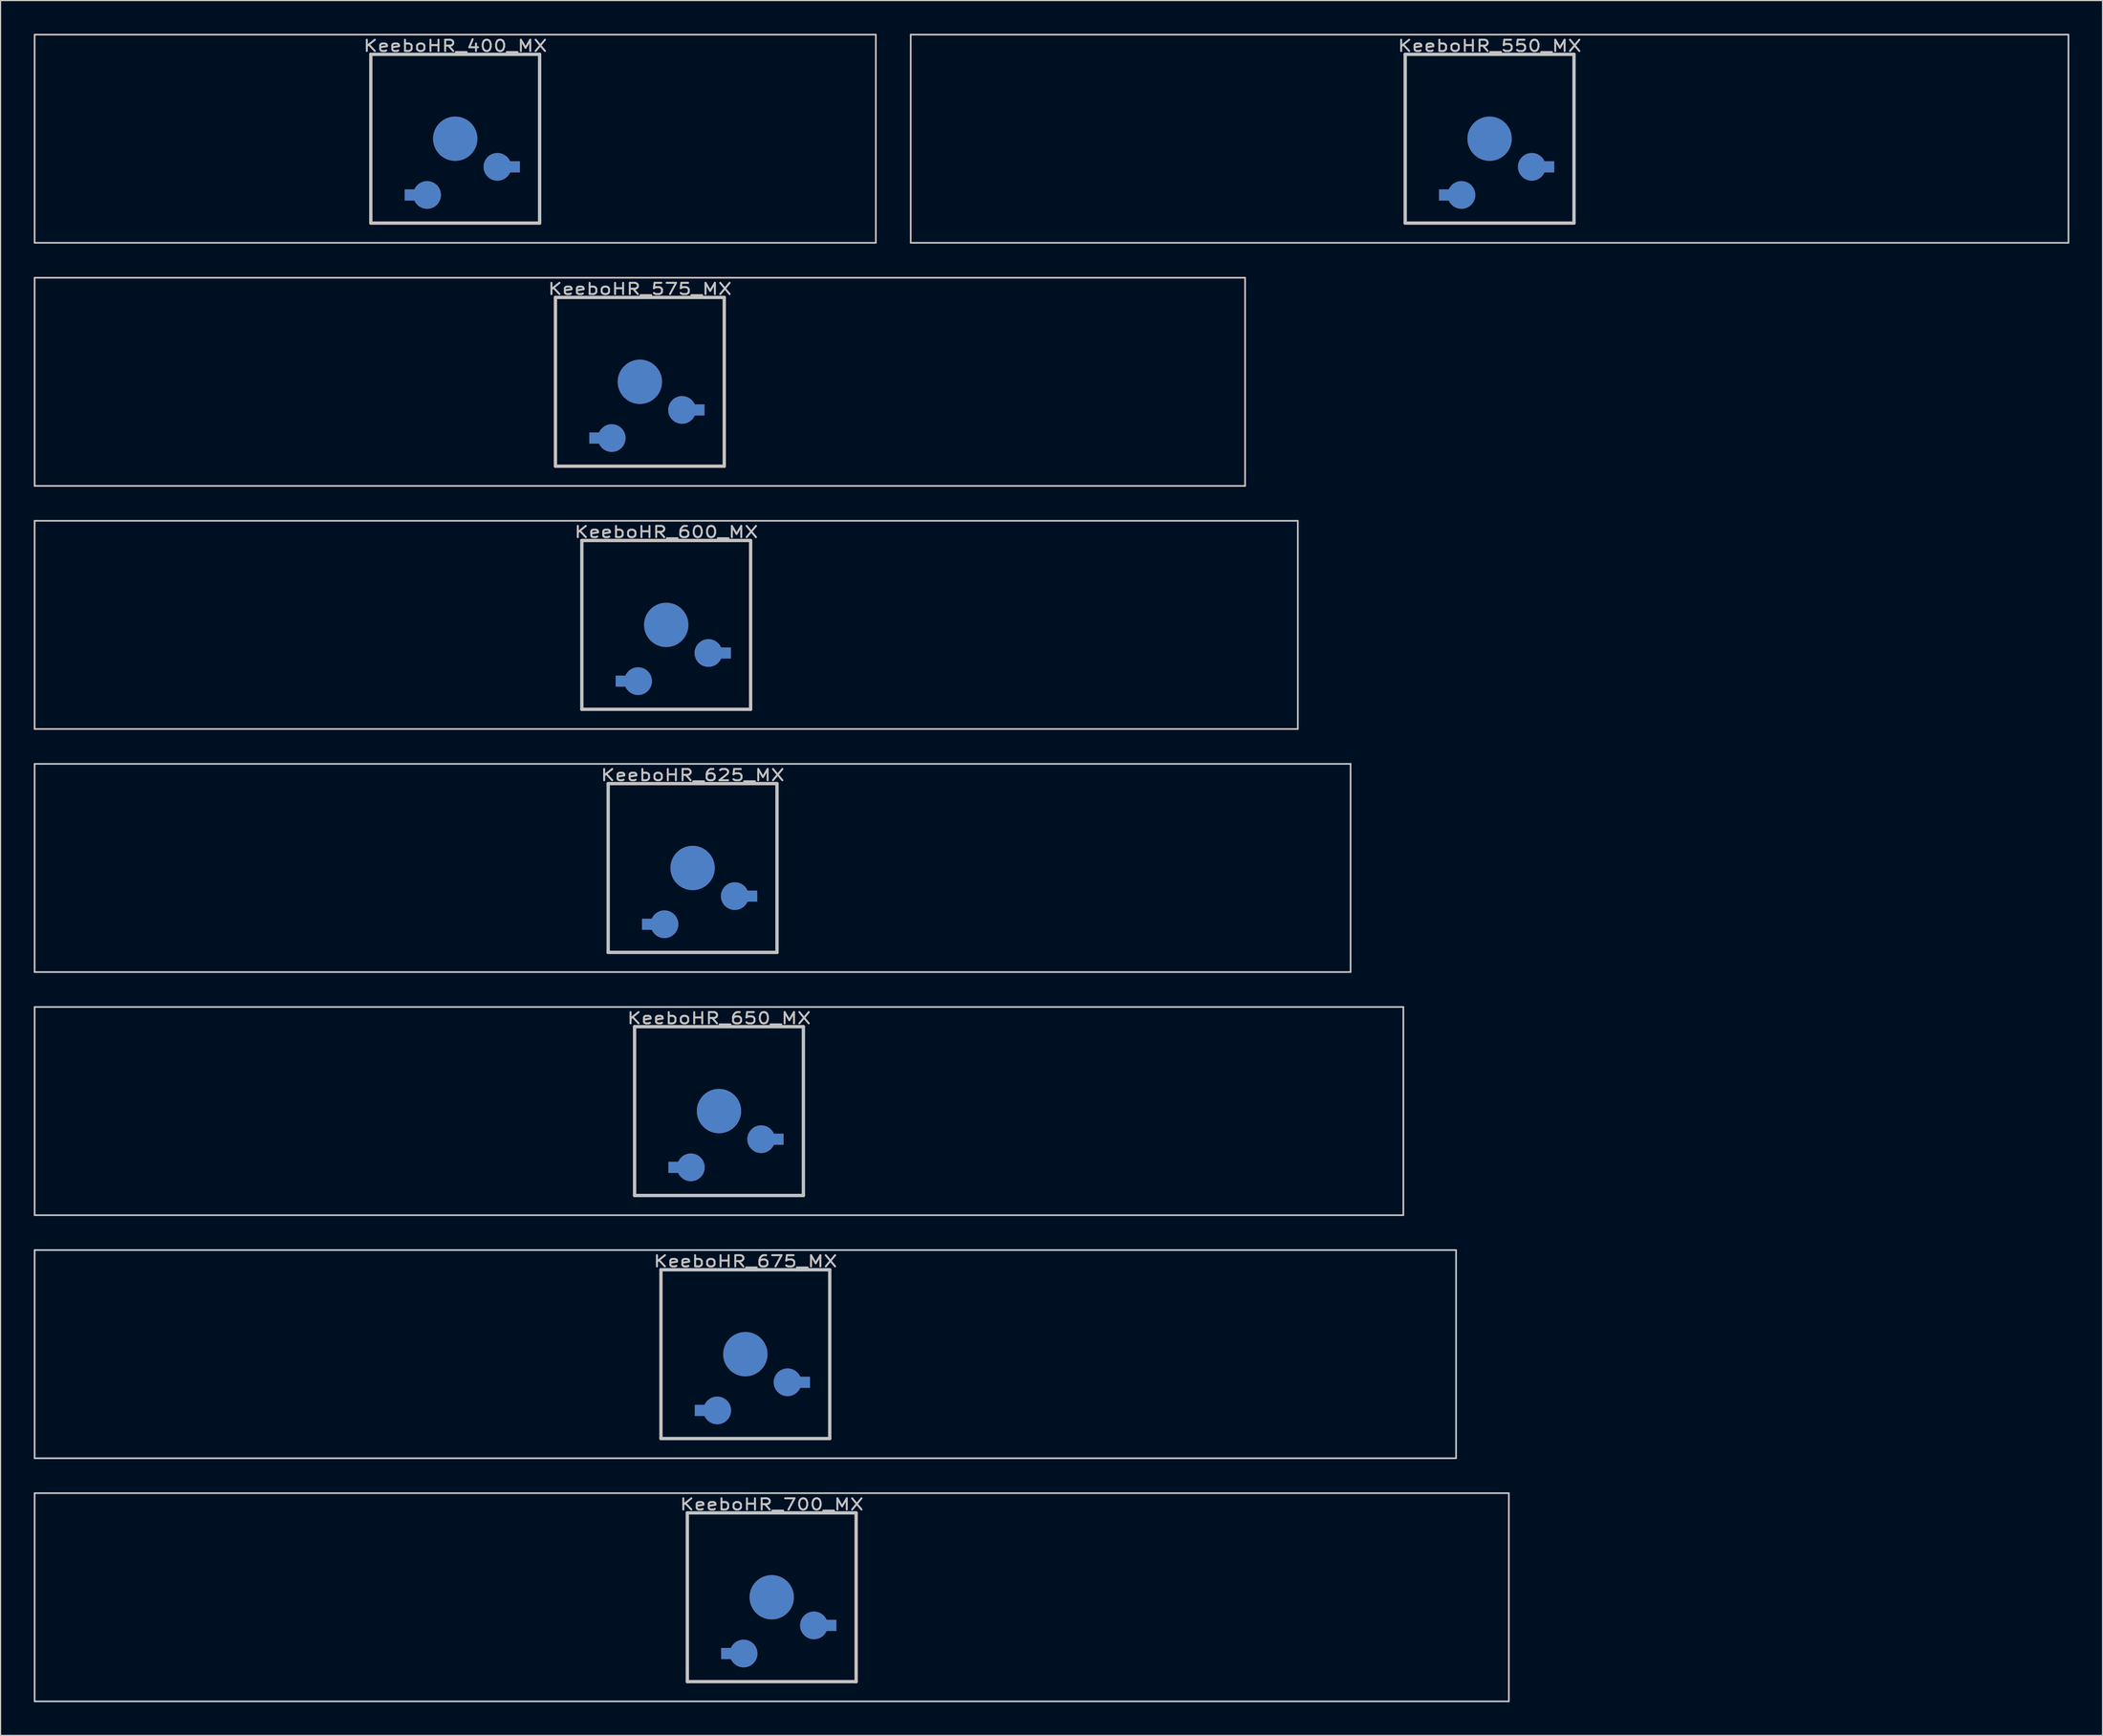
<source format=kicad_pcb>
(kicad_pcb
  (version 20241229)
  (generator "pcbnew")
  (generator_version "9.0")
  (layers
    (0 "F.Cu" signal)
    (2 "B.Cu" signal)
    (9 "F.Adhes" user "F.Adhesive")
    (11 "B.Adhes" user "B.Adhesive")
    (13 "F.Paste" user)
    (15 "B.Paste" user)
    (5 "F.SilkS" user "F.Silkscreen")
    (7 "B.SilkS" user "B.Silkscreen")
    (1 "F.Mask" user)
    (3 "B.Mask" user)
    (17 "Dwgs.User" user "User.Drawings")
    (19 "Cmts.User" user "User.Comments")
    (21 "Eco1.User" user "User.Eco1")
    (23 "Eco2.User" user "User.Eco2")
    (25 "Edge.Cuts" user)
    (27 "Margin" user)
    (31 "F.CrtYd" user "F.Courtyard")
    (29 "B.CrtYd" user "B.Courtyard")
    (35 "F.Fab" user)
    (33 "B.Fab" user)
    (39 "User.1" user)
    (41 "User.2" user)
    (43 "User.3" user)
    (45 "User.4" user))
  (footprint "KeeboHR_600_MX"
    (layer "F.Cu")
    (at 57.099 53.371)
    (property "Reference" "KeeboHR_600_MX" (at 0 -8.382 0) (layer "Dwgs.User") (effects (font (size 1.016 1.27) (thickness 0.178))))
    (attr through_hole)
    (fp_line (start -57.023 -9.398) (end 57.023 -9.398) (stroke (width 0.152) (type solid)) (layer "Dwgs.User"))
    (fp_line (start -57.023 9.398) (end -57.023 -9.398) (stroke (width 0.152) (type solid)) (layer "Dwgs.User"))
    (fp_line (start -7.62 -7.62) (end 7.62 -7.62) (stroke (width 0.3) (type solid)) (layer "Dwgs.User"))
    (fp_line (start -7.62 7.62) (end -7.62 -7.62) (stroke (width 0.3) (type solid)) (layer "Dwgs.User"))
    (fp_line (start 7.62 -7.62) (end 7.62 7.62) (stroke (width 0.3) (type solid)) (layer "Dwgs.User"))
    (fp_line (start 7.62 7.62) (end -7.62 7.62) (stroke (width 0.3) (type solid)) (layer "Dwgs.User"))
    (fp_line (start 57.023 -9.398) (end 57.023 9.398) (stroke (width 0.152) (type solid)) (layer "Dwgs.User"))
    (fp_line (start 57.023 9.398) (end -57.023 9.398) (stroke (width 0.152) (type solid)) (layer "Dwgs.User"))
    (pad "" smd circle (at 0 0) (size 4 4) (layers "*.Cu" "*.Mask"))
    (pad "1" smd circle (at 3.81 2.54) (size 2.5 2.5) (layers "*.Cu" "*.Mask"))
    (pad "1" smd rect (at 5.334 2.54) (size 1 1) (layers "*.Cu" "*.Mask"))
    (pad "2" smd rect (at -4.064 5.08) (size 1 1) (layers "*.Cu" "*.Mask"))
    (pad "2" smd circle (at -2.54 5.08) (size 2.5 2.5) (layers "*.Cu" "*.Mask")))
  (footprint "KeeboHR_675_MX"
    (layer "F.Cu")
    (at 64.243 119.216)
    (property "Reference" "KeeboHR_675_MX" (at 0 -8.382 0) (layer "Dwgs.User") (effects (font (size 1.016 1.27) (thickness 0.178))))
    (attr through_hole)
    (fp_line (start -64.167 -9.398) (end 64.167 -9.398) (stroke (width 0.152) (type solid)) (layer "Dwgs.User"))
    (fp_line (start -64.167 9.398) (end -64.167 -9.398) (stroke (width 0.152) (type solid)) (layer "Dwgs.User"))
    (fp_line (start -7.62 -7.62) (end 7.62 -7.62) (stroke (width 0.3) (type solid)) (layer "Dwgs.User"))
    (fp_line (start -7.62 7.62) (end -7.62 -7.62) (stroke (width 0.3) (type solid)) (layer "Dwgs.User"))
    (fp_line (start 7.62 -7.62) (end 7.62 7.62) (stroke (width 0.3) (type solid)) (layer "Dwgs.User"))
    (fp_line (start 7.62 7.62) (end -7.62 7.62) (stroke (width 0.3) (type solid)) (layer "Dwgs.User"))
    (fp_line (start 64.167 -9.398) (end 64.167 9.398) (stroke (width 0.152) (type solid)) (layer "Dwgs.User"))
    (fp_line (start 64.167 9.398) (end -64.167 9.398) (stroke (width 0.152) (type solid)) (layer "Dwgs.User"))
    (pad "" smd circle (at 0 0) (size 4 4) (layers "*.Cu" "*.Mask"))
    (pad "1" smd circle (at 3.81 2.54) (size 2.5 2.5) (layers "*.Cu" "*.Mask"))
    (pad "1" smd rect (at 5.334 2.54) (size 1 1) (layers "*.Cu" "*.Mask"))
    (pad "2" smd rect (at -4.064 5.08) (size 1 1) (layers "*.Cu" "*.Mask"))
    (pad "2" smd circle (at -2.54 5.08) (size 2.5 2.5) (layers "*.Cu" "*.Mask")))
  (footprint "KeeboHR_650_MX"
    (layer "F.Cu")
    (at 61.862 97.268)
    (property "Reference" "KeeboHR_650_MX" (at 0 -8.382 0) (layer "Dwgs.User") (effects (font (size 1.016 1.27) (thickness 0.178))))
    (attr through_hole)
    (fp_line (start -61.785 -9.398) (end 61.785 -9.398) (stroke (width 0.152) (type solid)) (layer "Dwgs.User"))
    (fp_line (start -61.785 9.398) (end -61.785 -9.398) (stroke (width 0.152) (type solid)) (layer "Dwgs.User"))
    (fp_line (start -7.62 -7.62) (end 7.62 -7.62) (stroke (width 0.3) (type solid)) (layer "Dwgs.User"))
    (fp_line (start -7.62 7.62) (end -7.62 -7.62) (stroke (width 0.3) (type solid)) (layer "Dwgs.User"))
    (fp_line (start 7.62 -7.62) (end 7.62 7.62) (stroke (width 0.3) (type solid)) (layer "Dwgs.User"))
    (fp_line (start 7.62 7.62) (end -7.62 7.62) (stroke (width 0.3) (type solid)) (layer "Dwgs.User"))
    (fp_line (start 61.785 -9.398) (end 61.785 9.398) (stroke (width 0.152) (type solid)) (layer "Dwgs.User"))
    (fp_line (start 61.785 9.398) (end -61.785 9.398) (stroke (width 0.152) (type solid)) (layer "Dwgs.User"))
    (pad "" smd circle (at 0 0) (size 4 4) (layers "*.Cu" "*.Mask"))
    (pad "1" smd circle (at 3.81 2.54) (size 2.5 2.5) (layers "*.Cu" "*.Mask"))
    (pad "1" smd rect (at 5.334 2.54) (size 1 1) (layers "*.Cu" "*.Mask"))
    (pad "2" smd rect (at -4.064 5.08) (size 1 1) (layers "*.Cu" "*.Mask"))
    (pad "2" smd circle (at -2.54 5.08) (size 2.5 2.5) (layers "*.Cu" "*.Mask")))
  (footprint "KeeboHR_575_MX"
    (layer "F.Cu")
    (at 54.718 31.423)
    (property "Reference" "KeeboHR_575_MX" (at 0 -8.382 0) (layer "Dwgs.User") (effects (font (size 1.016 1.27) (thickness 0.178))))
    (attr through_hole)
    (fp_line (start -54.642 -9.398) (end 54.642 -9.398) (stroke (width 0.152) (type solid)) (layer "Dwgs.User"))
    (fp_line (start -54.642 9.398) (end -54.642 -9.398) (stroke (width 0.152) (type solid)) (layer "Dwgs.User"))
    (fp_line (start -7.62 -7.62) (end 7.62 -7.62) (stroke (width 0.3) (type solid)) (layer "Dwgs.User"))
    (fp_line (start -7.62 7.62) (end -7.62 -7.62) (stroke (width 0.3) (type solid)) (layer "Dwgs.User"))
    (fp_line (start 7.62 -7.62) (end 7.62 7.62) (stroke (width 0.3) (type solid)) (layer "Dwgs.User"))
    (fp_line (start 7.62 7.62) (end -7.62 7.62) (stroke (width 0.3) (type solid)) (layer "Dwgs.User"))
    (fp_line (start 54.642 -9.398) (end 54.642 9.398) (stroke (width 0.152) (type solid)) (layer "Dwgs.User"))
    (fp_line (start 54.642 9.398) (end -54.642 9.398) (stroke (width 0.152) (type solid)) (layer "Dwgs.User"))
    (pad "" smd circle (at 0 0) (size 4 4) (layers "*.Cu" "*.Mask"))
    (pad "1" smd circle (at 3.81 2.54) (size 2.5 2.5) (layers "*.Cu" "*.Mask"))
    (pad "1" smd rect (at 5.334 2.54) (size 1 1) (layers "*.Cu" "*.Mask"))
    (pad "2" smd rect (at -4.064 5.08) (size 1 1) (layers "*.Cu" "*.Mask"))
    (pad "2" smd circle (at -2.54 5.08) (size 2.5 2.5) (layers "*.Cu" "*.Mask")))
  (footprint "KeeboHR_625_MX"
    (layer "F.Cu")
    (at 59.48 75.319)
    (property "Reference" "KeeboHR_625_MX" (at 0 -8.382 0) (layer "Dwgs.User") (effects (font (size 1.016 1.27) (thickness 0.178))))
    (attr through_hole)
    (fp_line (start -59.404 -9.398) (end 59.404 -9.398) (stroke (width 0.152) (type solid)) (layer "Dwgs.User"))
    (fp_line (start -59.404 9.398) (end -59.404 -9.398) (stroke (width 0.152) (type solid)) (layer "Dwgs.User"))
    (fp_line (start -7.62 -7.62) (end 7.62 -7.62) (stroke (width 0.3) (type solid)) (layer "Dwgs.User"))
    (fp_line (start -7.62 7.62) (end -7.62 -7.62) (stroke (width 0.3) (type solid)) (layer "Dwgs.User"))
    (fp_line (start 7.62 -7.62) (end 7.62 7.62) (stroke (width 0.3) (type solid)) (layer "Dwgs.User"))
    (fp_line (start 7.62 7.62) (end -7.62 7.62) (stroke (width 0.3) (type solid)) (layer "Dwgs.User"))
    (fp_line (start 59.404 -9.398) (end 59.404 9.398) (stroke (width 0.152) (type solid)) (layer "Dwgs.User"))
    (fp_line (start 59.404 9.398) (end -59.404 9.398) (stroke (width 0.152) (type solid)) (layer "Dwgs.User"))
    (pad "" smd circle (at 0 0) (size 4 4) (layers "*.Cu" "*.Mask"))
    (pad "1" smd circle (at 3.81 2.54) (size 2.5 2.5) (layers "*.Cu" "*.Mask"))
    (pad "1" smd rect (at 5.334 2.54) (size 1 1) (layers "*.Cu" "*.Mask"))
    (pad "2" smd rect (at -4.064 5.08) (size 1 1) (layers "*.Cu" "*.Mask"))
    (pad "2" smd circle (at -2.54 5.08) (size 2.5 2.5) (layers "*.Cu" "*.Mask")))
  (footprint "KeeboHR_700_MX"
    (layer "F.Cu")
    (at 66.624 141.165)
    (property "Reference" "KeeboHR_700_MX" (at 0 -8.382 0) (layer "Dwgs.User") (effects (font (size 1.016 1.27) (thickness 0.178))))
    (attr through_hole)
    (fp_line (start -66.548 -9.398) (end 66.548 -9.398) (stroke (width 0.152) (type solid)) (layer "Dwgs.User"))
    (fp_line (start -66.548 9.398) (end -66.548 -9.398) (stroke (width 0.152) (type solid)) (layer "Dwgs.User"))
    (fp_line (start -7.62 -7.62) (end 7.62 -7.62) (stroke (width 0.3) (type solid)) (layer "Dwgs.User"))
    (fp_line (start -7.62 7.62) (end -7.62 -7.62) (stroke (width 0.3) (type solid)) (layer "Dwgs.User"))
    (fp_line (start 7.62 -7.62) (end 7.62 7.62) (stroke (width 0.3) (type solid)) (layer "Dwgs.User"))
    (fp_line (start 7.62 7.62) (end -7.62 7.62) (stroke (width 0.3) (type solid)) (layer "Dwgs.User"))
    (fp_line (start 66.548 -9.398) (end 66.548 9.398) (stroke (width 0.152) (type solid)) (layer "Dwgs.User"))
    (fp_line (start 66.548 9.398) (end -66.548 9.398) (stroke (width 0.152) (type solid)) (layer "Dwgs.User"))
    (pad "" smd circle (at 0 0) (size 4 4) (layers "*.Cu" "*.Mask"))
    (pad "1" smd circle (at 3.81 2.54) (size 2.5 2.5) (layers "*.Cu" "*.Mask"))
    (pad "1" smd rect (at 5.334 2.54) (size 1 1) (layers "*.Cu" "*.Mask"))
    (pad "2" smd rect (at -4.064 5.08) (size 1 1) (layers "*.Cu" "*.Mask"))
    (pad "2" smd circle (at -2.54 5.08) (size 2.5 2.5) (layers "*.Cu" "*.Mask")))
  (footprint "KeeboHR_400_MX"
    (layer "F.Cu")
    (at 38.049 9.474)
    (property "Reference" "KeeboHR_400_MX" (at 0 -8.382 0) (layer "Dwgs.User") (effects (font (size 1.016 1.27) (thickness 0.178))))
    (attr through_hole)
    (fp_line (start -37.973 -9.398) (end 37.973 -9.398) (stroke (width 0.152) (type solid)) (layer "Dwgs.User"))
    (fp_line (start -37.973 9.398) (end -37.973 -9.398) (stroke (width 0.152) (type solid)) (layer "Dwgs.User"))
    (fp_line (start -7.62 -7.62) (end 7.62 -7.62) (stroke (width 0.3) (type solid)) (layer "Dwgs.User"))
    (fp_line (start -7.62 7.62) (end -7.62 -7.62) (stroke (width 0.3) (type solid)) (layer "Dwgs.User"))
    (fp_line (start 7.62 -7.62) (end 7.62 7.62) (stroke (width 0.3) (type solid)) (layer "Dwgs.User"))
    (fp_line (start 7.62 7.62) (end -7.62 7.62) (stroke (width 0.3) (type solid)) (layer "Dwgs.User"))
    (fp_line (start 37.973 -9.398) (end 37.973 9.398) (stroke (width 0.152) (type solid)) (layer "Dwgs.User"))
    (fp_line (start 37.973 9.398) (end -37.973 9.398) (stroke (width 0.152) (type solid)) (layer "Dwgs.User"))
    (pad "" smd circle (at 0 0) (size 4 4) (layers "*.Cu" "*.Mask"))
    (pad "1" smd circle (at 3.81 2.54) (size 2.5 2.5) (layers "*.Cu" "*.Mask"))
    (pad "1" smd rect (at 5.334 2.54) (size 1 1) (layers "*.Cu" "*.Mask"))
    (pad "2" smd rect (at -4.064 5.08) (size 1 1) (layers "*.Cu" "*.Mask"))
    (pad "2" smd circle (at -2.54 5.08) (size 2.5 2.5) (layers "*.Cu" "*.Mask")))
  (footprint "KeeboHR_550_MX"
    (layer "F.Cu")
    (at 131.435 9.474)
    (property "Reference" "KeeboHR_550_MX" (at 0 -8.382 0) (layer "Dwgs.User") (effects (font (size 1.016 1.27) (thickness 0.178))))
    (attr through_hole)
    (fp_line (start -52.261 -9.398) (end 52.261 -9.398) (stroke (width 0.152) (type solid)) (layer "Dwgs.User"))
    (fp_line (start -52.261 9.398) (end -52.261 -9.398) (stroke (width 0.152) (type solid)) (layer "Dwgs.User"))
    (fp_line (start -7.62 -7.62) (end 7.62 -7.62) (stroke (width 0.3) (type solid)) (layer "Dwgs.User"))
    (fp_line (start -7.62 7.62) (end -7.62 -7.62) (stroke (width 0.3) (type solid)) (layer "Dwgs.User"))
    (fp_line (start 7.62 -7.62) (end 7.62 7.62) (stroke (width 0.3) (type solid)) (layer "Dwgs.User"))
    (fp_line (start 7.62 7.62) (end -7.62 7.62) (stroke (width 0.3) (type solid)) (layer "Dwgs.User"))
    (fp_line (start 52.261 -9.398) (end 52.261 9.398) (stroke (width 0.152) (type solid)) (layer "Dwgs.User"))
    (fp_line (start 52.261 9.398) (end -52.261 9.398) (stroke (width 0.152) (type solid)) (layer "Dwgs.User"))
    (pad "" smd circle (at 0 0) (size 4 4) (layers "*.Cu" "*.Mask"))
    (pad "1" smd circle (at 3.81 2.54) (size 2.5 2.5) (layers "*.Cu" "*.Mask"))
    (pad "1" smd rect (at 5.334 2.54) (size 1 1) (layers "*.Cu" "*.Mask"))
    (pad "2" smd rect (at -4.064 5.08) (size 1 1) (layers "*.Cu" "*.Mask"))
    (pad "2" smd circle (at -2.54 5.08) (size 2.5 2.5) (layers "*.Cu" "*.Mask")))
  (gr_rect
    (start -3 -3)
    (end 186.772 153.639)
    (stroke (width 0.1) (type default))
    (fill no)
    (layer "Edge.Cuts")))
</source>
